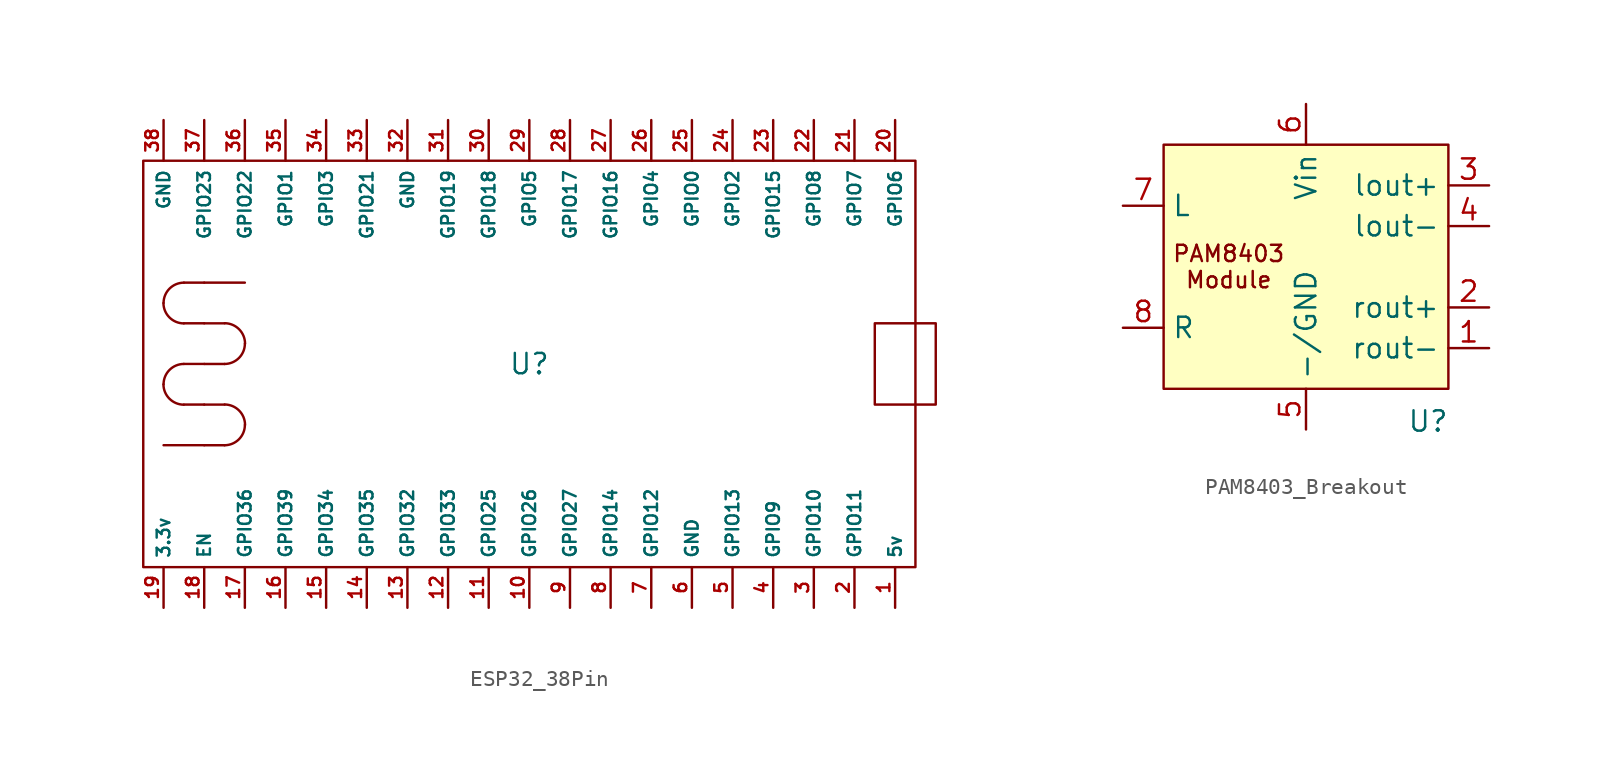
<source format=kicad_sym>
(kicad_symbol_lib
  (version 20241209)
  (generator "kicad_symbol_editor")
  (generator_version "9.0")
  (symbol "ESP32_38Pin"
    (property "Reference" "U"
      (at 0 0 0)
      (effects (font (size 1.27 1.27))))
    (property "Value" ""
      (at 0 0 0)
      (effects (font (size 1.27 1.27))))
    (symbol "ESP32_38Pin_0_1"
      (rectangle (start -24.13 12.7) (end 24.13 -12.7) (stroke (width 0) (type default)) (fill (type none)))
      (polyline (pts (xy -21.59 5.08) (xy -20.32 5.08)) (stroke (width 0) (type default)) (fill (type none)))
      (polyline (pts (xy -21.59 2.54) (xy -20.32 2.54)) (stroke (width 0) (type default)) (fill (type none)))
      (polyline (pts (xy -21.59 0) (xy -20.32 0)) (stroke (width 0) (type default)) (fill (type none)))
      (polyline (pts (xy -21.59 -2.54) (xy -20.32 -2.54)) (stroke (width 0) (type default)) (fill (type none)))
      (arc (start -21.5975 2.5325) (mid -22.4933 2.9067) (end -22.8675 3.8025) (stroke (width 0) (type default)) (fill (type none)))
      (arc (start -21.5975 -2.5475) (mid -22.4933 -2.1733) (end -22.8675 -1.2775) (stroke (width 0) (type default)) (fill (type none)))
      (arc (start -22.86 3.81) (mid -22.4873 4.7073) (end -21.59 5.08) (stroke (width 0) (type default)) (fill (type none)))
      (arc (start -22.86 -1.27) (mid -22.4873 -0.3727) (end -21.59 0) (stroke (width 0) (type default)) (fill (type none)))
      (polyline (pts (xy -20.32 5.08) (xy -17.78 5.08)) (stroke (width 0) (type default)) (fill (type none)))
      (polyline (pts (xy -20.32 -5.08) (xy -22.86 -5.08)) (stroke (width 0) (type default)) (fill (type none)))
      (arc (start -17.7775 1.2675) (mid -18.1502 0.3702) (end -19.0475 -0.0025) (stroke (width 0) (type default)) (fill (type none)))
      (arc (start -17.7775 -3.8125) (mid -18.1502 -4.7098) (end -19.0475 -5.0825) (stroke (width 0) (type default)) (fill (type none)))
      (arc (start -19.04 2.545) (mid -18.1442 2.1708) (end -17.77 1.275) (stroke (width 0) (type default)) (fill (type none)))
      (arc (start -19.04 -2.535) (mid -18.1442 -2.9092) (end -17.77 -3.805) (stroke (width 0) (type default)) (fill (type none)))
      (polyline (pts (xy -19.047 2.538) (xy -20.317 2.538)) (stroke (width 0) (type default)) (fill (type none)))
      (polyline (pts (xy -19.047 -0.003) (xy -20.317 -0.003)) (stroke (width 0) (type default)) (fill (type none)))
      (polyline (pts (xy -19.047 -2.542) (xy -20.317 -2.542)) (stroke (width 0) (type default)) (fill (type none)))
      (polyline (pts (xy -19.047 -5.082) (xy -20.317 -5.082)) (stroke (width 0) (type default)) (fill (type none)))
      (rectangle (start 21.59 2.54) (end 25.4 -2.54) (stroke (width 0) (type default)) (fill (type none))))
    (symbol "ESP32_38Pin_1_1"
      (pin power_in line (at -22.86 15.24 270) (length 2.54) (name "GND" (effects (font (size 0.787 0.787)))) (number "38" (effects (font (size 0.787 0.787)))))
      (pin output line (at -22.86 -15.24 90) (length 2.54) (name "3.3v" (effects (font (size 0.787 0.787)))) (number "19" (effects (font (size 0.787 0.787)))))
      (pin bidirectional line (at -20.32 15.24 270) (length 2.54) (name "GPIO23" (effects (font (size 0.787 0.787)))) (number "37" (effects (font (size 0.787 0.787)))))
      (pin bidirectional line (at -20.32 -15.24 90) (length 2.54) (name "EN" (effects (font (size 0.787 0.787)))) (number "18" (effects (font (size 0.787 0.787)))))
      (pin bidirectional line (at -17.78 15.24 270) (length 2.54) (name "GPIO22" (effects (font (size 0.787 0.787)))) (number "36" (effects (font (size 0.787 0.787)))))
      (pin bidirectional line (at -17.78 -15.24 90) (length 2.54) (name "GPIO36" (effects (font (size 0.787 0.787)))) (number "17" (effects (font (size 0.787 0.787)))))
      (pin bidirectional line (at -15.24 15.24 270) (length 2.54) (name "GPIO1" (effects (font (size 0.787 0.787)))) (number "35" (effects (font (size 0.787 0.787)))))
      (pin bidirectional line (at -15.24 -15.24 90) (length 2.54) (name "GPIO39" (effects (font (size 0.787 0.787)))) (number "16" (effects (font (size 0.787 0.787)))))
      (pin bidirectional line (at -12.7 15.24 270) (length 2.54) (name "GPIO3" (effects (font (size 0.787 0.787)))) (number "34" (effects (font (size 0.787 0.787)))))
      (pin bidirectional line (at -12.7 -15.24 90) (length 2.54) (name "GPIO34" (effects (font (size 0.787 0.787)))) (number "15" (effects (font (size 0.787 0.787)))))
      (pin bidirectional line (at -10.16 15.24 270) (length 2.54) (name "GPIO21" (effects (font (size 0.787 0.787)))) (number "33" (effects (font (size 0.787 0.787)))))
      (pin bidirectional line (at -10.16 -15.24 90) (length 2.54) (name "GPIO35" (effects (font (size 0.787 0.787)))) (number "14" (effects (font (size 0.787 0.787)))))
      (pin power_in line (at -7.62 15.24 270) (length 2.54) (name "GND" (effects (font (size 0.787 0.787)))) (number "32" (effects (font (size 0.787 0.787)))))
      (pin bidirectional line (at -7.62 -15.24 90) (length 2.54) (name "GPIO32" (effects (font (size 0.787 0.787)))) (number "13" (effects (font (size 0.787 0.787)))))
      (pin bidirectional line (at -5.08 15.24 270) (length 2.54) (name "GPIO19" (effects (font (size 0.787 0.787)))) (number "31" (effects (font (size 0.787 0.787)))))
      (pin bidirectional line (at -5.08 -15.24 90) (length 2.54) (name "GPIO33" (effects (font (size 0.787 0.787)))) (number "12" (effects (font (size 0.787 0.787)))))
      (pin bidirectional line (at -2.54 15.24 270) (length 2.54) (name "GPIO18" (effects (font (size 0.787 0.787)))) (number "30" (effects (font (size 0.787 0.787)))))
      (pin bidirectional line (at -2.54 -15.24 90) (length 2.54) (name "GPIO25" (effects (font (size 0.787 0.787)))) (number "11" (effects (font (size 0.787 0.787)))))
      (pin bidirectional line (at 0 15.24 270) (length 2.54) (name "GPIO5" (effects (font (size 0.787 0.787)))) (number "29" (effects (font (size 0.787 0.787)))))
      (pin bidirectional line (at 0 -15.24 90) (length 2.54) (name "GPIO26" (effects (font (size 0.787 0.787)))) (number "10" (effects (font (size 0.787 0.787)))))
      (pin bidirectional line (at 2.54 15.24 270) (length 2.54) (name "GPIO17" (effects (font (size 0.787 0.787)))) (number "28" (effects (font (size 0.787 0.787)))))
      (pin bidirectional line (at 2.54 -15.24 90) (length 2.54) (name "GPIO27" (effects (font (size 0.787 0.787)))) (number "9" (effects (font (size 0.787 0.787)))))
      (pin bidirectional line (at 5.08 15.24 270) (length 2.54) (name "GPIO16" (effects (font (size 0.787 0.787)))) (number "27" (effects (font (size 0.787 0.787)))))
      (pin bidirectional line (at 5.08 -15.24 90) (length 2.54) (name "GPIO14" (effects (font (size 0.787 0.787)))) (number "8" (effects (font (size 0.787 0.787)))))
      (pin bidirectional line (at 7.62 15.24 270) (length 2.54) (name "GPIO4" (effects (font (size 0.787 0.787)))) (number "26" (effects (font (size 0.787 0.787)))))
      (pin bidirectional line (at 7.62 -15.24 90) (length 2.54) (name "GPIO12" (effects (font (size 0.787 0.787)))) (number "7" (effects (font (size 0.787 0.787)))))
      (pin bidirectional line (at 10.16 15.24 270) (length 2.54) (name "GPIO0" (effects (font (size 0.787 0.787)))) (number "25" (effects (font (size 0.787 0.787)))))
      (pin power_in line (at 10.16 -15.24 90) (length 2.54) (name "GND" (effects (font (size 0.787 0.787)))) (number "6" (effects (font (size 0.787 0.787)))))
      (pin bidirectional line (at 12.7 15.24 270) (length 2.54) (name "GPIO2" (effects (font (size 0.787 0.787)))) (number "24" (effects (font (size 0.787 0.787)))))
      (pin bidirectional line (at 12.7 -15.24 90) (length 2.54) (name "GPIO13" (effects (font (size 0.787 0.787)))) (number "5" (effects (font (size 0.787 0.787)))))
      (pin bidirectional line (at 15.24 15.24 270) (length 2.54) (name "GPIO15" (effects (font (size 0.787 0.787)))) (number "23" (effects (font (size 0.787 0.787)))))
      (pin bidirectional line (at 15.24 -15.24 90) (length 2.54) (name "GPIO9" (effects (font (size 0.787 0.787)))) (number "4" (effects (font (size 0.787 0.787)))))
      (pin bidirectional line (at 17.78 15.24 270) (length 2.54) (name "GPIO8" (effects (font (size 0.787 0.787)))) (number "22" (effects (font (size 0.787 0.787)))))
      (pin bidirectional line (at 17.78 -15.24 90) (length 2.54) (name "GPIO10" (effects (font (size 0.787 0.787)))) (number "3" (effects (font (size 0.787 0.787)))))
      (pin bidirectional line (at 20.32 15.24 270) (length 2.54) (name "GPIO7" (effects (font (size 0.787 0.787)))) (number "21" (effects (font (size 0.787 0.787)))))
      (pin bidirectional line (at 20.32 -15.24 90) (length 2.54) (name "GPIO11" (effects (font (size 0.787 0.787)))) (number "2" (effects (font (size 0.787 0.787)))))
      (pin bidirectional line (at 22.86 15.24 270) (length 2.54) (name "GPIO6" (effects (font (size 0.787 0.787)))) (number "20" (effects (font (size 0.787 0.787)))))
      (pin power_out line (at 22.86 -15.24 90) (length 2.54) (name "5v" (effects (font (size 0.787 0.787)))) (number "1" (effects (font (size 0.787 0.787)))))))
  (symbol "PAM8403_Breakout"
    (property "Reference" "U"
      (at 7.62 -9.652 0)
      (effects (font (size 1.27 1.27))))
    (property "Value" ""
      (at 0 0 0)
      (effects (font (size 1.27 1.27))))
    (symbol "PAM8403_Breakout_1_1"
      (rectangle (start -8.89 7.62) (end 8.89 -7.62) (stroke (width 0) (type solid)) (fill (type color) (color 255 255 194 1)))
      (text "PAM8403\nModule" (at -4.826 0 0) (effects (font (size 1.016 1.016))))
      (pin input line (at -11.43 3.81 0) (length 2.54) (name "L" (effects (font (size 1.27 1.27)))) (number "7" (effects (font (size 1.27 1.27)))))
      (pin input line (at -11.43 -3.81 0) (length 2.54) (name "R" (effects (font (size 1.27 1.27)))) (number "8" (effects (font (size 1.27 1.27)))))
      (pin power_in line (at 0 10.16 270) (length 2.54) (name "Vin" (effects (font (size 1.27 1.27)))) (number "6" (effects (font (size 1.27 1.27)))))
      (pin power_out line (at 0 -10.16 90) (length 2.54) (name "-/GND" (effects (font (size 1.27 1.27)))) (number "5" (effects (font (size 1.27 1.27)))))
      (pin output line (at 11.43 5.08 180) (length 2.54) (name "lout+" (effects (font (size 1.27 1.27)))) (number "3" (effects (font (size 1.27 1.27)))))
      (pin output line (at 11.43 2.54 180) (length 2.54) (name "lout-" (effects (font (size 1.27 1.27)))) (number "4" (effects (font (size 1.27 1.27)))))
      (pin output line (at 11.43 -2.54 180) (length 2.54) (name "rout+" (effects (font (size 1.27 1.27)))) (number "2" (effects (font (size 1.27 1.27)))))
      (pin output line (at 11.43 -5.08 180) (length 2.54) (name "rout-" (effects (font (size 1.27 1.27)))) (number "1" (effects (font (size 1.27 1.27))))))))
</source>
